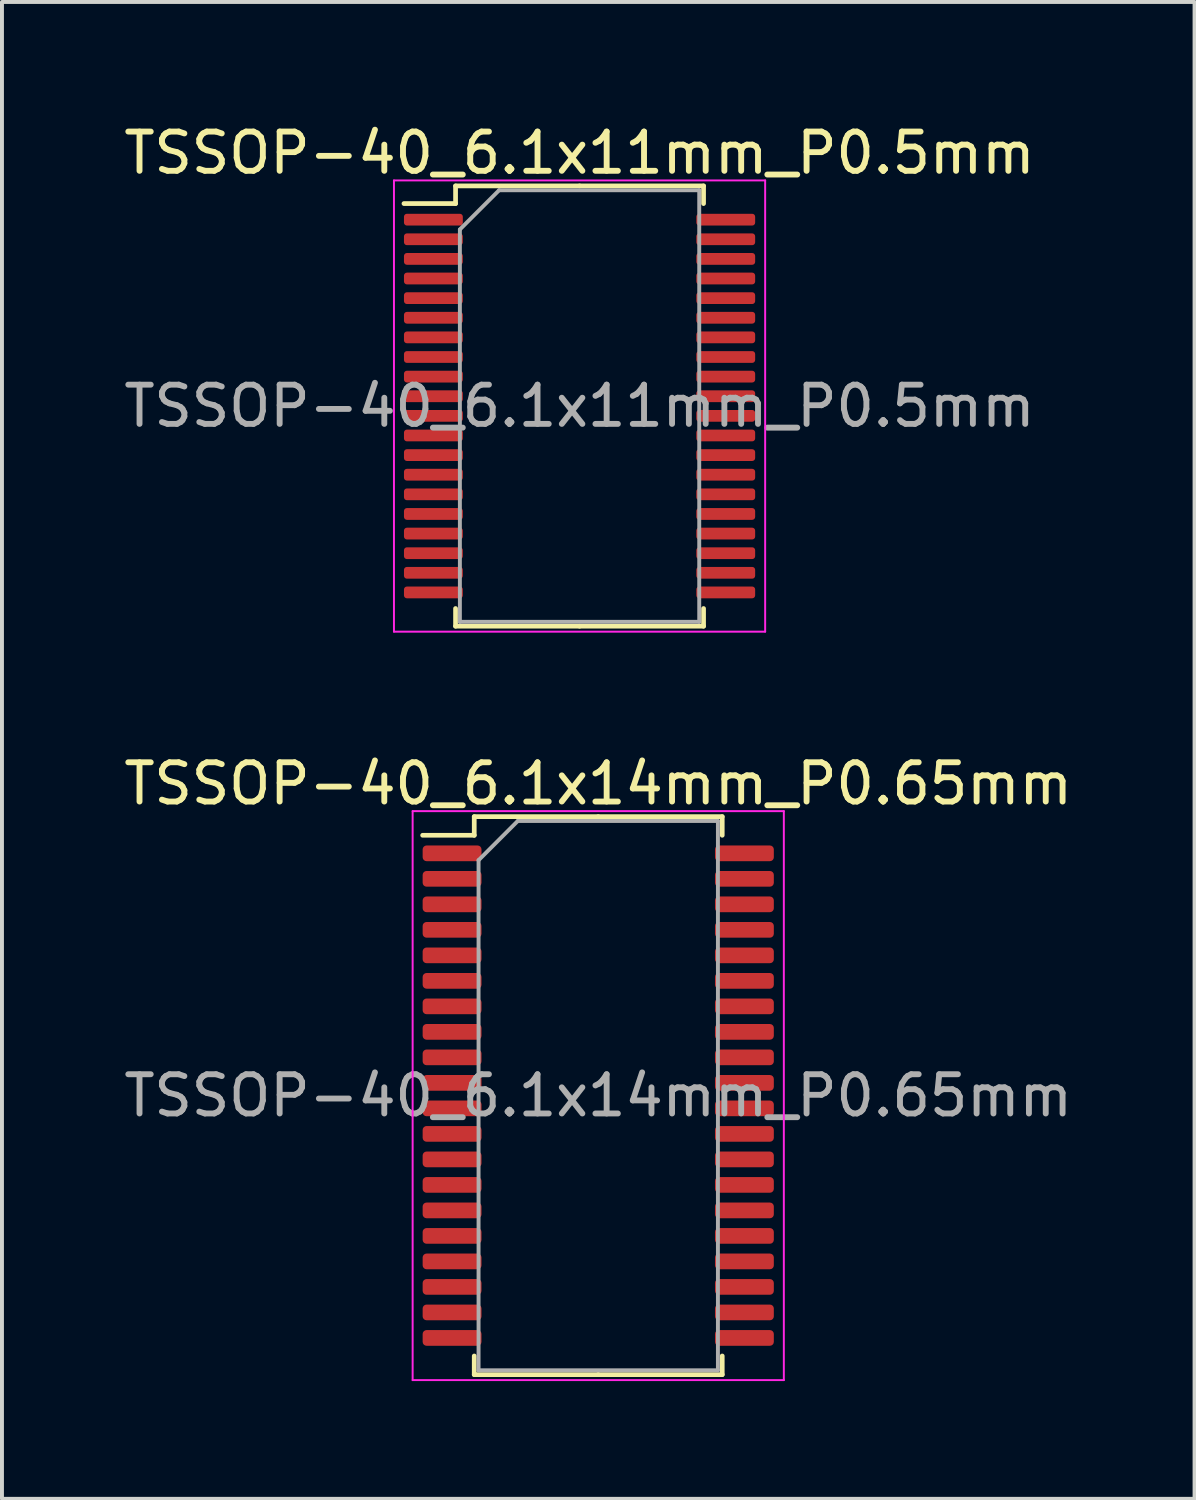
<source format=kicad_pcb>
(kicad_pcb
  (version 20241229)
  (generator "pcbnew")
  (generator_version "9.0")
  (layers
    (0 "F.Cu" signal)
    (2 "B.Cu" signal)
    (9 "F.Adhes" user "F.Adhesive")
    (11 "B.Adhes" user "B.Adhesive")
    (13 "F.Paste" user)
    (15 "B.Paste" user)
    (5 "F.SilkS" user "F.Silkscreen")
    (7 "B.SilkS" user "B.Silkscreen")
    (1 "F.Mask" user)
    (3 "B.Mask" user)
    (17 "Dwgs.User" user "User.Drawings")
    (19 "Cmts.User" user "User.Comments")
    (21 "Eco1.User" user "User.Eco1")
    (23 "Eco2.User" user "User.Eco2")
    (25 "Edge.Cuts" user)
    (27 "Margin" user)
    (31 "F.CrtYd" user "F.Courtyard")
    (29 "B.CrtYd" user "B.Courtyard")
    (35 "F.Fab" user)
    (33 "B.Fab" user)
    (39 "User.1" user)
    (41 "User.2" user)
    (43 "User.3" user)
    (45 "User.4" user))
  (footprint "TSSOP-40_6.1x14mm_P0.65mm"
    (layer "F.Cu")
    (at 12.196 24.872)
    (property "Reference" "TSSOP-40_6.1x14mm_P0.65mm" (at 0 -7.95 0) (layer "F.SilkS") (effects (font (size 1 1) (thickness 0.15))))
    (attr smd)
    (fp_line (start -3.16 -7.11) (end -3.16 -6.635) (stroke (width 0.12) (type solid)) (layer "F.SilkS"))
    (fp_line (start -3.16 -6.635) (end -4.475 -6.635) (stroke (width 0.12) (type solid)) (layer "F.SilkS"))
    (fp_line (start -3.16 7.11) (end -3.16 6.635) (stroke (width 0.12) (type solid)) (layer "F.SilkS"))
    (fp_line (start 0 -7.11) (end -3.16 -7.11) (stroke (width 0.12) (type solid)) (layer "F.SilkS"))
    (fp_line (start 0 -7.11) (end 3.16 -7.11) (stroke (width 0.12) (type solid)) (layer "F.SilkS"))
    (fp_line (start 0 7.11) (end -3.16 7.11) (stroke (width 0.12) (type solid)) (layer "F.SilkS"))
    (fp_line (start 0 7.11) (end 3.16 7.11) (stroke (width 0.12) (type solid)) (layer "F.SilkS"))
    (fp_line (start 3.16 -7.11) (end 3.16 -6.635) (stroke (width 0.12) (type solid)) (layer "F.SilkS"))
    (fp_line (start 3.16 7.11) (end 3.16 6.635) (stroke (width 0.12) (type solid)) (layer "F.SilkS"))
    (fp_line (start -4.73 -7.25) (end -4.73 7.25) (stroke (width 0.05) (type solid)) (layer "F.CrtYd"))
    (fp_line (start -4.73 7.25) (end 4.73 7.25) (stroke (width 0.05) (type solid)) (layer "F.CrtYd"))
    (fp_line (start 4.73 -7.25) (end -4.73 -7.25) (stroke (width 0.05) (type solid)) (layer "F.CrtYd"))
    (fp_line (start 4.73 7.25) (end 4.73 -7.25) (stroke (width 0.05) (type solid)) (layer "F.CrtYd"))
    (fp_line (start -3.05 -6) (end -2.05 -7) (stroke (width 0.1) (type solid)) (layer "F.Fab"))
    (fp_line (start -3.05 7) (end -3.05 -6) (stroke (width 0.1) (type solid)) (layer "F.Fab"))
    (fp_line (start -2.05 -7) (end 3.05 -7) (stroke (width 0.1) (type solid)) (layer "F.Fab"))
    (fp_line (start 3.05 -7) (end 3.05 7) (stroke (width 0.1) (type solid)) (layer "F.Fab"))
    (fp_line (start 3.05 7) (end -3.05 7) (stroke (width 0.1) (type solid)) (layer "F.Fab"))
    (fp_text user "${REFERENCE}" (at 0 0 0) (layer "F.Fab") (effects (font (size 1 1) (thickness 0.15))))
    (pad "1" smd roundrect (at -3.725 -6.175) (size 1.5 0.4) (layers "F.Cu" "F.Mask" "F.Paste") (roundrect_rratio 0.25))
    (pad "2" smd roundrect (at -3.725 -5.525) (size 1.5 0.4) (layers "F.Cu" "F.Mask" "F.Paste") (roundrect_rratio 0.25))
    (pad "3" smd roundrect (at -3.725 -4.875) (size 1.5 0.4) (layers "F.Cu" "F.Mask" "F.Paste") (roundrect_rratio 0.25))
    (pad "4" smd roundrect (at -3.725 -4.225) (size 1.5 0.4) (layers "F.Cu" "F.Mask" "F.Paste") (roundrect_rratio 0.25))
    (pad "5" smd roundrect (at -3.725 -3.575) (size 1.5 0.4) (layers "F.Cu" "F.Mask" "F.Paste") (roundrect_rratio 0.25))
    (pad "6" smd roundrect (at -3.725 -2.925) (size 1.5 0.4) (layers "F.Cu" "F.Mask" "F.Paste") (roundrect_rratio 0.25))
    (pad "7" smd roundrect (at -3.725 -2.275) (size 1.5 0.4) (layers "F.Cu" "F.Mask" "F.Paste") (roundrect_rratio 0.25))
    (pad "8" smd roundrect (at -3.725 -1.625) (size 1.5 0.4) (layers "F.Cu" "F.Mask" "F.Paste") (roundrect_rratio 0.25))
    (pad "9" smd roundrect (at -3.725 -0.975) (size 1.5 0.4) (layers "F.Cu" "F.Mask" "F.Paste") (roundrect_rratio 0.25))
    (pad "10" smd roundrect (at -3.725 -0.325) (size 1.5 0.4) (layers "F.Cu" "F.Mask" "F.Paste") (roundrect_rratio 0.25))
    (pad "11" smd roundrect (at -3.725 0.325) (size 1.5 0.4) (layers "F.Cu" "F.Mask" "F.Paste") (roundrect_rratio 0.25))
    (pad "12" smd roundrect (at -3.725 0.975) (size 1.5 0.4) (layers "F.Cu" "F.Mask" "F.Paste") (roundrect_rratio 0.25))
    (pad "13" smd roundrect (at -3.725 1.625) (size 1.5 0.4) (layers "F.Cu" "F.Mask" "F.Paste") (roundrect_rratio 0.25))
    (pad "14" smd roundrect (at -3.725 2.275) (size 1.5 0.4) (layers "F.Cu" "F.Mask" "F.Paste") (roundrect_rratio 0.25))
    (pad "15" smd roundrect (at -3.725 2.925) (size 1.5 0.4) (layers "F.Cu" "F.Mask" "F.Paste") (roundrect_rratio 0.25))
    (pad "16" smd roundrect (at -3.725 3.575) (size 1.5 0.4) (layers "F.Cu" "F.Mask" "F.Paste") (roundrect_rratio 0.25))
    (pad "17" smd roundrect (at -3.725 4.225) (size 1.5 0.4) (layers "F.Cu" "F.Mask" "F.Paste") (roundrect_rratio 0.25))
    (pad "18" smd roundrect (at -3.725 4.875) (size 1.5 0.4) (layers "F.Cu" "F.Mask" "F.Paste") (roundrect_rratio 0.25))
    (pad "19" smd roundrect (at -3.725 5.525) (size 1.5 0.4) (layers "F.Cu" "F.Mask" "F.Paste") (roundrect_rratio 0.25))
    (pad "20" smd roundrect (at -3.725 6.175) (size 1.5 0.4) (layers "F.Cu" "F.Mask" "F.Paste") (roundrect_rratio 0.25))
    (pad "21" smd roundrect (at 3.725 6.175) (size 1.5 0.4) (layers "F.Cu" "F.Mask" "F.Paste") (roundrect_rratio 0.25))
    (pad "22" smd roundrect (at 3.725 5.525) (size 1.5 0.4) (layers "F.Cu" "F.Mask" "F.Paste") (roundrect_rratio 0.25))
    (pad "23" smd roundrect (at 3.725 4.875) (size 1.5 0.4) (layers "F.Cu" "F.Mask" "F.Paste") (roundrect_rratio 0.25))
    (pad "24" smd roundrect (at 3.725 4.225) (size 1.5 0.4) (layers "F.Cu" "F.Mask" "F.Paste") (roundrect_rratio 0.25))
    (pad "25" smd roundrect (at 3.725 3.575) (size 1.5 0.4) (layers "F.Cu" "F.Mask" "F.Paste") (roundrect_rratio 0.25))
    (pad "26" smd roundrect (at 3.725 2.925) (size 1.5 0.4) (layers "F.Cu" "F.Mask" "F.Paste") (roundrect_rratio 0.25))
    (pad "27" smd roundrect (at 3.725 2.275) (size 1.5 0.4) (layers "F.Cu" "F.Mask" "F.Paste") (roundrect_rratio 0.25))
    (pad "28" smd roundrect (at 3.725 1.625) (size 1.5 0.4) (layers "F.Cu" "F.Mask" "F.Paste") (roundrect_rratio 0.25))
    (pad "29" smd roundrect (at 3.725 0.975) (size 1.5 0.4) (layers "F.Cu" "F.Mask" "F.Paste") (roundrect_rratio 0.25))
    (pad "30" smd roundrect (at 3.725 0.325) (size 1.5 0.4) (layers "F.Cu" "F.Mask" "F.Paste") (roundrect_rratio 0.25))
    (pad "31" smd roundrect (at 3.725 -0.325) (size 1.5 0.4) (layers "F.Cu" "F.Mask" "F.Paste") (roundrect_rratio 0.25))
    (pad "32" smd roundrect (at 3.725 -0.975) (size 1.5 0.4) (layers "F.Cu" "F.Mask" "F.Paste") (roundrect_rratio 0.25))
    (pad "33" smd roundrect (at 3.725 -1.625) (size 1.5 0.4) (layers "F.Cu" "F.Mask" "F.Paste") (roundrect_rratio 0.25))
    (pad "34" smd roundrect (at 3.725 -2.275) (size 1.5 0.4) (layers "F.Cu" "F.Mask" "F.Paste") (roundrect_rratio 0.25))
    (pad "35" smd roundrect (at 3.725 -2.925) (size 1.5 0.4) (layers "F.Cu" "F.Mask" "F.Paste") (roundrect_rratio 0.25))
    (pad "36" smd roundrect (at 3.725 -3.575) (size 1.5 0.4) (layers "F.Cu" "F.Mask" "F.Paste") (roundrect_rratio 0.25))
    (pad "37" smd roundrect (at 3.725 -4.225) (size 1.5 0.4) (layers "F.Cu" "F.Mask" "F.Paste") (roundrect_rratio 0.25))
    (pad "38" smd roundrect (at 3.725 -4.875) (size 1.5 0.4) (layers "F.Cu" "F.Mask" "F.Paste") (roundrect_rratio 0.25))
    (pad "39" smd roundrect (at 3.725 -5.525) (size 1.5 0.4) (layers "F.Cu" "F.Mask" "F.Paste") (roundrect_rratio 0.25))
    (pad "40" smd roundrect (at 3.725 -6.175) (size 1.5 0.4) (layers "F.Cu" "F.Mask" "F.Paste") (roundrect_rratio 0.25)))
  (footprint "TSSOP-40_6.1x11mm_P0.5mm"
    (layer "F.Cu")
    (at 11.72 7.298)
    (property "Reference" "TSSOP-40_6.1x11mm_P0.5mm" (at 0 -6.45 0) (layer "F.SilkS") (effects (font (size 1 1) (thickness 0.15))))
    (attr smd)
    (fp_line (start -3.16 -5.61) (end -3.16 -5.16) (stroke (width 0.12) (type solid)) (layer "F.SilkS"))
    (fp_line (start -3.16 -5.16) (end -4.475 -5.16) (stroke (width 0.12) (type solid)) (layer "F.SilkS"))
    (fp_line (start -3.16 5.61) (end -3.16 5.16) (stroke (width 0.12) (type solid)) (layer "F.SilkS"))
    (fp_line (start 0 -5.61) (end -3.16 -5.61) (stroke (width 0.12) (type solid)) (layer "F.SilkS"))
    (fp_line (start 0 -5.61) (end 3.16 -5.61) (stroke (width 0.12) (type solid)) (layer "F.SilkS"))
    (fp_line (start 0 5.61) (end -3.16 5.61) (stroke (width 0.12) (type solid)) (layer "F.SilkS"))
    (fp_line (start 0 5.61) (end 3.16 5.61) (stroke (width 0.12) (type solid)) (layer "F.SilkS"))
    (fp_line (start 3.16 -5.61) (end 3.16 -5.16) (stroke (width 0.12) (type solid)) (layer "F.SilkS"))
    (fp_line (start 3.16 5.61) (end 3.16 5.16) (stroke (width 0.12) (type solid)) (layer "F.SilkS"))
    (fp_line (start -4.73 -5.75) (end -4.73 5.75) (stroke (width 0.05) (type solid)) (layer "F.CrtYd"))
    (fp_line (start -4.73 5.75) (end 4.73 5.75) (stroke (width 0.05) (type solid)) (layer "F.CrtYd"))
    (fp_line (start 4.73 -5.75) (end -4.73 -5.75) (stroke (width 0.05) (type solid)) (layer "F.CrtYd"))
    (fp_line (start 4.73 5.75) (end 4.73 -5.75) (stroke (width 0.05) (type solid)) (layer "F.CrtYd"))
    (fp_line (start -3.05 -4.5) (end -2.05 -5.5) (stroke (width 0.1) (type solid)) (layer "F.Fab"))
    (fp_line (start -3.05 5.5) (end -3.05 -4.5) (stroke (width 0.1) (type solid)) (layer "F.Fab"))
    (fp_line (start -2.05 -5.5) (end 3.05 -5.5) (stroke (width 0.1) (type solid)) (layer "F.Fab"))
    (fp_line (start 3.05 -5.5) (end 3.05 5.5) (stroke (width 0.1) (type solid)) (layer "F.Fab"))
    (fp_line (start 3.05 5.5) (end -3.05 5.5) (stroke (width 0.1) (type solid)) (layer "F.Fab"))
    (fp_text user "${REFERENCE}" (at 0 0 0) (layer "F.Fab") (effects (font (size 1 1) (thickness 0.15))))
    (pad "1" smd roundrect (at -3.725 -4.75) (size 1.5 0.3) (layers "F.Cu" "F.Mask" "F.Paste") (roundrect_rratio 0.25))
    (pad "2" smd roundrect (at -3.725 -4.25) (size 1.5 0.3) (layers "F.Cu" "F.Mask" "F.Paste") (roundrect_rratio 0.25))
    (pad "3" smd roundrect (at -3.725 -3.75) (size 1.5 0.3) (layers "F.Cu" "F.Mask" "F.Paste") (roundrect_rratio 0.25))
    (pad "4" smd roundrect (at -3.725 -3.25) (size 1.5 0.3) (layers "F.Cu" "F.Mask" "F.Paste") (roundrect_rratio 0.25))
    (pad "5" smd roundrect (at -3.725 -2.75) (size 1.5 0.3) (layers "F.Cu" "F.Mask" "F.Paste") (roundrect_rratio 0.25))
    (pad "6" smd roundrect (at -3.725 -2.25) (size 1.5 0.3) (layers "F.Cu" "F.Mask" "F.Paste") (roundrect_rratio 0.25))
    (pad "7" smd roundrect (at -3.725 -1.75) (size 1.5 0.3) (layers "F.Cu" "F.Mask" "F.Paste") (roundrect_rratio 0.25))
    (pad "8" smd roundrect (at -3.725 -1.25) (size 1.5 0.3) (layers "F.Cu" "F.Mask" "F.Paste") (roundrect_rratio 0.25))
    (pad "9" smd roundrect (at -3.725 -0.75) (size 1.5 0.3) (layers "F.Cu" "F.Mask" "F.Paste") (roundrect_rratio 0.25))
    (pad "10" smd roundrect (at -3.725 -0.25) (size 1.5 0.3) (layers "F.Cu" "F.Mask" "F.Paste") (roundrect_rratio 0.25))
    (pad "11" smd roundrect (at -3.725 0.25) (size 1.5 0.3) (layers "F.Cu" "F.Mask" "F.Paste") (roundrect_rratio 0.25))
    (pad "12" smd roundrect (at -3.725 0.75) (size 1.5 0.3) (layers "F.Cu" "F.Mask" "F.Paste") (roundrect_rratio 0.25))
    (pad "13" smd roundrect (at -3.725 1.25) (size 1.5 0.3) (layers "F.Cu" "F.Mask" "F.Paste") (roundrect_rratio 0.25))
    (pad "14" smd roundrect (at -3.725 1.75) (size 1.5 0.3) (layers "F.Cu" "F.Mask" "F.Paste") (roundrect_rratio 0.25))
    (pad "15" smd roundrect (at -3.725 2.25) (size 1.5 0.3) (layers "F.Cu" "F.Mask" "F.Paste") (roundrect_rratio 0.25))
    (pad "16" smd roundrect (at -3.725 2.75) (size 1.5 0.3) (layers "F.Cu" "F.Mask" "F.Paste") (roundrect_rratio 0.25))
    (pad "17" smd roundrect (at -3.725 3.25) (size 1.5 0.3) (layers "F.Cu" "F.Mask" "F.Paste") (roundrect_rratio 0.25))
    (pad "18" smd roundrect (at -3.725 3.75) (size 1.5 0.3) (layers "F.Cu" "F.Mask" "F.Paste") (roundrect_rratio 0.25))
    (pad "19" smd roundrect (at -3.725 4.25) (size 1.5 0.3) (layers "F.Cu" "F.Mask" "F.Paste") (roundrect_rratio 0.25))
    (pad "20" smd roundrect (at -3.725 4.75) (size 1.5 0.3) (layers "F.Cu" "F.Mask" "F.Paste") (roundrect_rratio 0.25))
    (pad "21" smd roundrect (at 3.725 4.75) (size 1.5 0.3) (layers "F.Cu" "F.Mask" "F.Paste") (roundrect_rratio 0.25))
    (pad "22" smd roundrect (at 3.725 4.25) (size 1.5 0.3) (layers "F.Cu" "F.Mask" "F.Paste") (roundrect_rratio 0.25))
    (pad "23" smd roundrect (at 3.725 3.75) (size 1.5 0.3) (layers "F.Cu" "F.Mask" "F.Paste") (roundrect_rratio 0.25))
    (pad "24" smd roundrect (at 3.725 3.25) (size 1.5 0.3) (layers "F.Cu" "F.Mask" "F.Paste") (roundrect_rratio 0.25))
    (pad "25" smd roundrect (at 3.725 2.75) (size 1.5 0.3) (layers "F.Cu" "F.Mask" "F.Paste") (roundrect_rratio 0.25))
    (pad "26" smd roundrect (at 3.725 2.25) (size 1.5 0.3) (layers "F.Cu" "F.Mask" "F.Paste") (roundrect_rratio 0.25))
    (pad "27" smd roundrect (at 3.725 1.75) (size 1.5 0.3) (layers "F.Cu" "F.Mask" "F.Paste") (roundrect_rratio 0.25))
    (pad "28" smd roundrect (at 3.725 1.25) (size 1.5 0.3) (layers "F.Cu" "F.Mask" "F.Paste") (roundrect_rratio 0.25))
    (pad "29" smd roundrect (at 3.725 0.75) (size 1.5 0.3) (layers "F.Cu" "F.Mask" "F.Paste") (roundrect_rratio 0.25))
    (pad "30" smd roundrect (at 3.725 0.25) (size 1.5 0.3) (layers "F.Cu" "F.Mask" "F.Paste") (roundrect_rratio 0.25))
    (pad "31" smd roundrect (at 3.725 -0.25) (size 1.5 0.3) (layers "F.Cu" "F.Mask" "F.Paste") (roundrect_rratio 0.25))
    (pad "32" smd roundrect (at 3.725 -0.75) (size 1.5 0.3) (layers "F.Cu" "F.Mask" "F.Paste") (roundrect_rratio 0.25))
    (pad "33" smd roundrect (at 3.725 -1.25) (size 1.5 0.3) (layers "F.Cu" "F.Mask" "F.Paste") (roundrect_rratio 0.25))
    (pad "34" smd roundrect (at 3.725 -1.75) (size 1.5 0.3) (layers "F.Cu" "F.Mask" "F.Paste") (roundrect_rratio 0.25))
    (pad "35" smd roundrect (at 3.725 -2.25) (size 1.5 0.3) (layers "F.Cu" "F.Mask" "F.Paste") (roundrect_rratio 0.25))
    (pad "36" smd roundrect (at 3.725 -2.75) (size 1.5 0.3) (layers "F.Cu" "F.Mask" "F.Paste") (roundrect_rratio 0.25))
    (pad "37" smd roundrect (at 3.725 -3.25) (size 1.5 0.3) (layers "F.Cu" "F.Mask" "F.Paste") (roundrect_rratio 0.25))
    (pad "38" smd roundrect (at 3.725 -3.75) (size 1.5 0.3) (layers "F.Cu" "F.Mask" "F.Paste") (roundrect_rratio 0.25))
    (pad "39" smd roundrect (at 3.725 -4.25) (size 1.5 0.3) (layers "F.Cu" "F.Mask" "F.Paste") (roundrect_rratio 0.25))
    (pad "40" smd roundrect (at 3.725 -4.75) (size 1.5 0.3) (layers "F.Cu" "F.Mask" "F.Paste") (roundrect_rratio 0.25)))
  (gr_rect
    (start -3 -3)
    (end 27.393 35.147)
    (stroke (width 0.1) (type default))
    (fill no)
    (layer "Edge.Cuts")))
</source>
